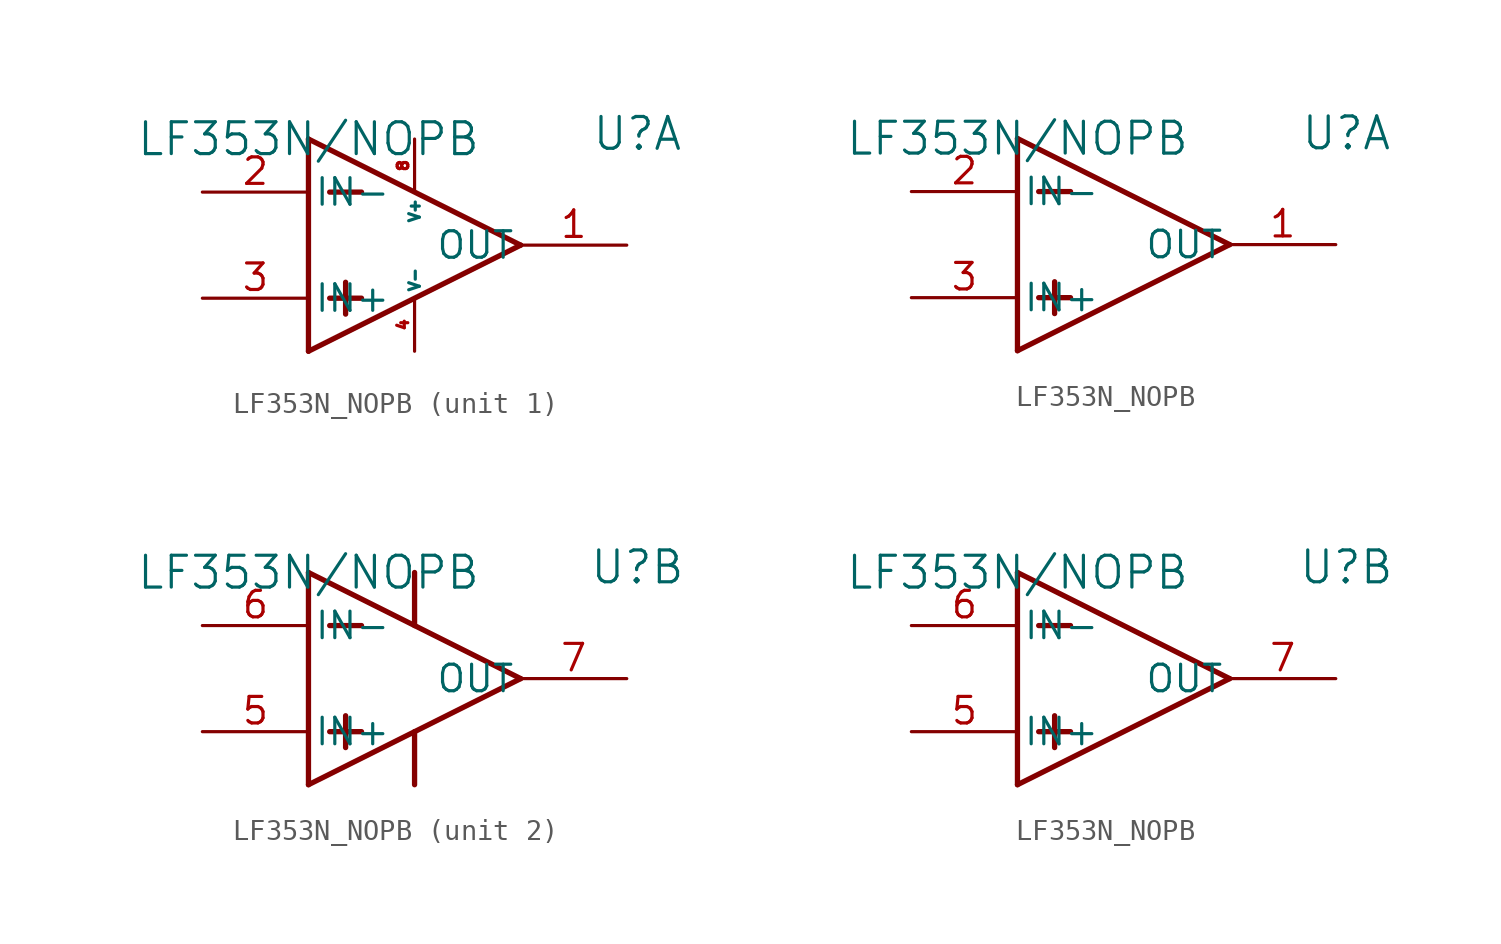
<source format=kicad_sym>
(kicad_symbol_lib
  (version 20231120)
  (generator "kicad_symbol_editor")
  (generator_version "8.0")
  (symbol "LF353N_NOPB"
    (pin_names
      (offset 0.254))
    (property "Reference" "U"
      (at 15.748 0.254 0)
      (effects (font (size 1.524 1.524))))
    (property "Value" "LF353N/NOPB"
      (at 0 0 0)
      (effects (font (size 1.524 1.524))))
    (property "ki_locked" ""
      (at 0 0 0)
      (effects (font (size 1.27 1.27))))
    (symbol "LF353N_NOPB_1_1"
      (polyline (pts (xy 0 -10.16) (xy 10.16 -5.08)) (stroke (width 0.254) (type default)) (fill (type none)))
      (polyline (pts (xy 0 0) (xy 0 -10.16)) (stroke (width 0.254) (type default)) (fill (type none)))
      (polyline (pts (xy 0 0) (xy 10.16 -5.08)) (stroke (width 0.254) (type default)) (fill (type none)))
      (polyline (pts (xy 1.016 -7.62) (xy 2.54 -7.62)) (stroke (width 0.254) (type default)) (fill (type none)))
      (polyline (pts (xy 1.016 -2.54) (xy 2.54 -2.54)) (stroke (width 0.254) (type default)) (fill (type none)))
      (polyline (pts (xy 1.778 -6.858) (xy 1.778 -8.382)) (stroke (width 0.254) (type default)) (fill (type none)))
      (pin output line (at 15.24 -5.08 180) (length 5.08) (name "OUT" (effects (font (size 1.27 1.27)))) (number "1" (effects (font (size 1.27 1.27)))))
      (pin input line (at -5.08 -2.54 0) (length 5.08) (name "IN-" (effects (font (size 1.27 1.27)))) (number "2" (effects (font (size 1.27 1.27)))))
      (pin input line (at -5.08 -7.62 0) (length 5.08) (name "IN+" (effects (font (size 1.27 1.27)))) (number "3" (effects (font (size 1.27 1.27)))))
      (pin input line (at 5.08 -10.16 90) (length 2.54) (name "V-" (effects (font (size 0.508 0.508)))) (number "4" (effects (font (size 0.508 0.508)))))
      (pin input line (at 5.08 0 270) (length 2.54) (name "V+" (effects (font (size 0.508 0.508)))) (number "8" (effects (font (size 0.508 0.508))))))
    (symbol "LF353N_NOPB_1_2"
      (polyline (pts (xy 0 -10.16) (xy 10.16 -5.08)) (stroke (width 0.254) (type default)) (fill (type none)))
      (polyline (pts (xy 0 0) (xy 0 -10.16)) (stroke (width 0.254) (type default)) (fill (type none)))
      (polyline (pts (xy 0 0) (xy 10.16 -5.08)) (stroke (width 0.254) (type default)) (fill (type none)))
      (polyline (pts (xy 1.016 -7.62) (xy 2.54 -7.62)) (stroke (width 0.254) (type default)) (fill (type none)))
      (polyline (pts (xy 1.016 -2.54) (xy 2.54 -2.54)) (stroke (width 0.254) (type default)) (fill (type none)))
      (polyline (pts (xy 1.778 -6.858) (xy 1.778 -8.382)) (stroke (width 0.254) (type default)) (fill (type none)))
      (pin output line (at 15.24 -5.08 180) (length 5.08) (name "OUT" (effects (font (size 1.27 1.27)))) (number "1" (effects (font (size 1.27 1.27)))))
      (pin input line (at -5.08 -2.54 0) (length 5.08) (name "IN-" (effects (font (size 1.27 1.27)))) (number "2" (effects (font (size 1.27 1.27)))))
      (pin input line (at -5.08 -7.62 0) (length 5.08) (name "IN+" (effects (font (size 1.27 1.27)))) (number "3" (effects (font (size 1.27 1.27))))))
    (symbol "LF353N_NOPB_2_1"
      (polyline (pts (xy 0 -10.16) (xy 10.16 -5.08)) (stroke (width 0.254) (type default)) (fill (type none)))
      (polyline (pts (xy 0 0) (xy 0 -10.16)) (stroke (width 0.254) (type default)) (fill (type none)))
      (polyline (pts (xy 0 0) (xy 10.16 -5.08)) (stroke (width 0.254) (type default)) (fill (type none)))
      (polyline (pts (xy 1.016 -7.62) (xy 2.54 -7.62)) (stroke (width 0.254) (type default)) (fill (type none)))
      (polyline (pts (xy 1.016 -2.54) (xy 2.54 -2.54)) (stroke (width 0.254) (type default)) (fill (type none)))
      (polyline (pts (xy 1.778 -6.858) (xy 1.778 -8.382)) (stroke (width 0.254) (type default)) (fill (type none)))
      (polyline (pts (xy 5.08 -7.62) (xy 5.08 -10.16)) (stroke (width 0.254) (type default)) (fill (type none)))
      (polyline (pts (xy 5.08 0) (xy 5.08 -2.54)) (stroke (width 0.254) (type default)) (fill (type none)))
      (pin input line (at -5.08 -7.62 0) (length 5.08) (name "IN+" (effects (font (size 1.27 1.27)))) (number "5" (effects (font (size 1.27 1.27)))))
      (pin input line (at -5.08 -2.54 0) (length 5.08) (name "IN-" (effects (font (size 1.27 1.27)))) (number "6" (effects (font (size 1.27 1.27)))))
      (pin output line (at 15.24 -5.08 180) (length 5.08) (name "OUT" (effects (font (size 1.27 1.27)))) (number "7" (effects (font (size 1.27 1.27))))))
    (symbol "LF353N_NOPB_2_2"
      (polyline (pts (xy 0 -10.16) (xy 10.16 -5.08)) (stroke (width 0.254) (type default)) (fill (type none)))
      (polyline (pts (xy 0 0) (xy 0 -10.16)) (stroke (width 0.254) (type default)) (fill (type none)))
      (polyline (pts (xy 0 0) (xy 10.16 -5.08)) (stroke (width 0.254) (type default)) (fill (type none)))
      (polyline (pts (xy 1.016 -7.62) (xy 2.54 -7.62)) (stroke (width 0.254) (type default)) (fill (type none)))
      (polyline (pts (xy 1.016 -2.54) (xy 2.54 -2.54)) (stroke (width 0.254) (type default)) (fill (type none)))
      (polyline (pts (xy 1.778 -6.858) (xy 1.778 -8.382)) (stroke (width 0.254) (type default)) (fill (type none)))
      (pin input line (at -5.08 -7.62 0) (length 5.08) (name "IN+" (effects (font (size 1.27 1.27)))) (number "5" (effects (font (size 1.27 1.27)))))
      (pin input line (at -5.08 -2.54 0) (length 5.08) (name "IN-" (effects (font (size 1.27 1.27)))) (number "6" (effects (font (size 1.27 1.27)))))
      (pin output line (at 15.24 -5.08 180) (length 5.08) (name "OUT" (effects (font (size 1.27 1.27)))) (number "7" (effects (font (size 1.27 1.27))))))))
</source>
